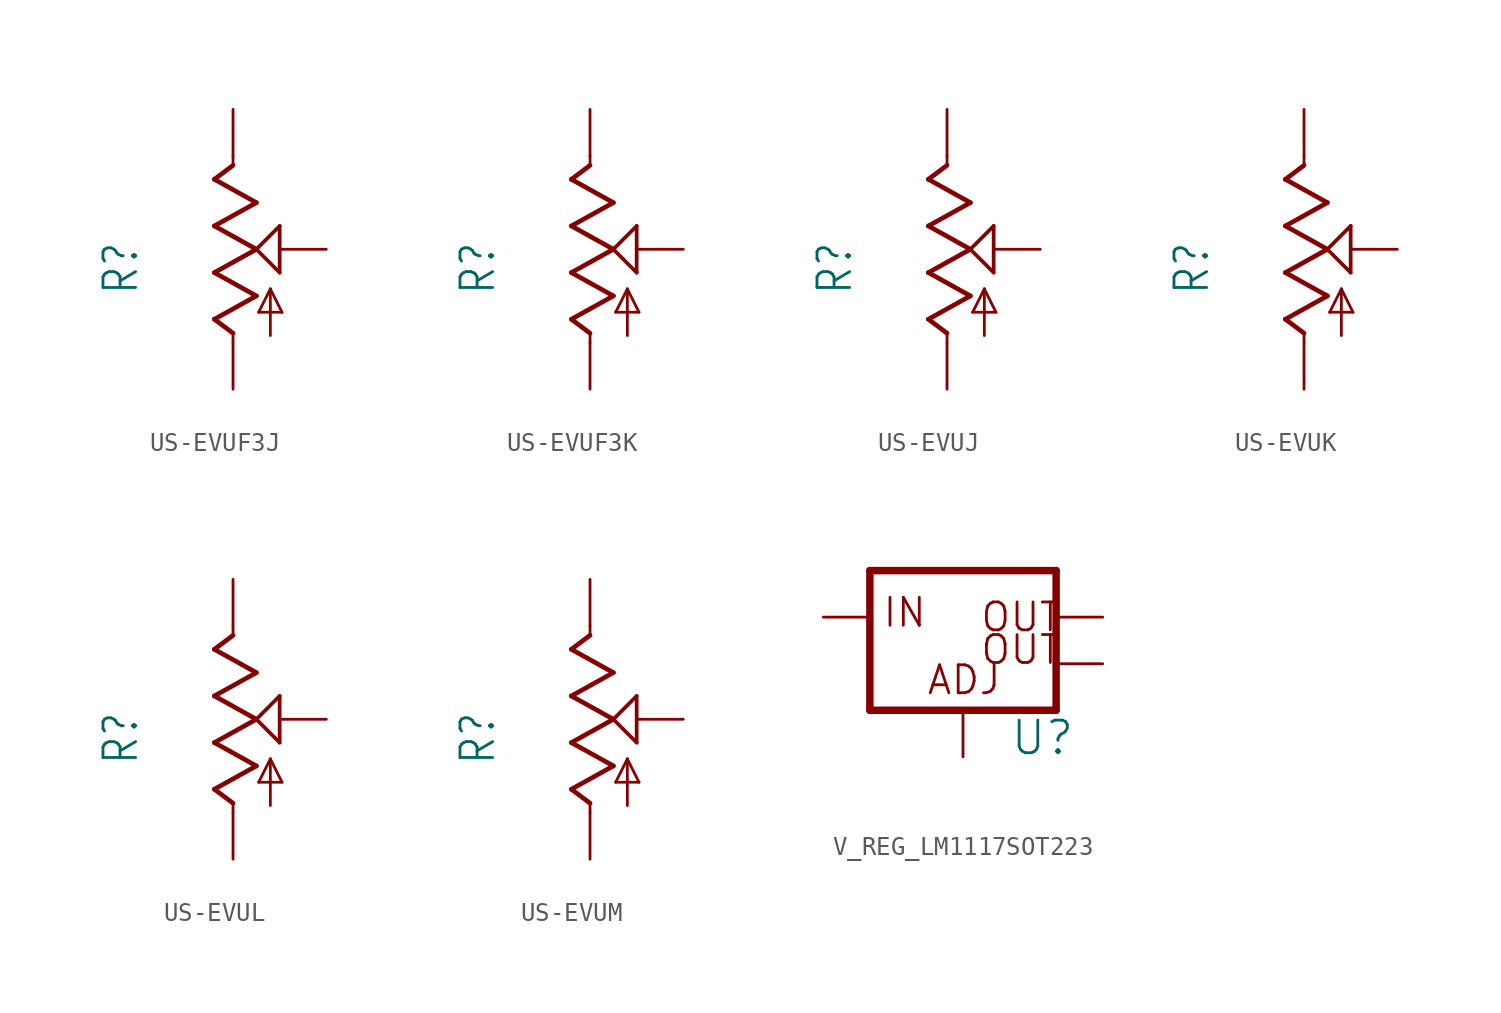
<source format=kicad_sym>
(kicad_symbol_lib
  (version 20220914)
  (generator kicad_symbol_editor)
  (symbol "US-EVUF3J"
    (property "Reference" "R"
      (at -5.08 -2.54 90)
      (effects (font (size 1.778 1.511)) (justify left bottom)))
    (property "Value" ""
      (at -2.54 -2.54 90)
      (effects (font (size 1.778 1.511)) (justify left bottom)))
    (property "ki_locked" ""
      (at 0 0 0)
      (effects (font (size 1.27 1.27))))
    (symbol "US-EVUF3J_1_0"
      (polyline (pts (xy -1.016 -3.81) (xy 1.27 -2.54)) (stroke (width 0.254) (type solid)) (fill (type none)))
      (polyline (pts (xy -1.016 -1.27) (xy 1.27 0)) (stroke (width 0.254) (type solid)) (fill (type none)))
      (polyline (pts (xy -1.016 1.27) (xy 1.27 2.54)) (stroke (width 0.254) (type solid)) (fill (type none)))
      (polyline (pts (xy -1.016 3.81) (xy 0 4.572)) (stroke (width 0.254) (type solid)) (fill (type none)))
      (polyline (pts (xy 0 -5.08) (xy 0 -4.572)) (stroke (width 0.152) (type solid)) (fill (type none)))
      (polyline (pts (xy 0 -4.572) (xy -1.016 -3.81)) (stroke (width 0.254) (type solid)) (fill (type none)))
      (polyline (pts (xy 0 4.572) (xy 0 5.08)) (stroke (width 0.152) (type solid)) (fill (type none)))
      (polyline (pts (xy 1.27 -2.54) (xy -1.016 -1.27)) (stroke (width 0.254) (type solid)) (fill (type none)))
      (polyline (pts (xy 1.27 0) (xy -1.016 1.27)) (stroke (width 0.254) (type solid)) (fill (type none)))
      (polyline (pts (xy 1.27 0) (xy 2.54 1.27)) (stroke (width 0.203) (type solid)) (fill (type none)))
      (polyline (pts (xy 1.27 2.54) (xy -1.016 3.81)) (stroke (width 0.254) (type solid)) (fill (type none)))
      (polyline (pts (xy 1.397 -3.429) (xy 2.032 -2.159)) (stroke (width 0.152) (type solid)) (fill (type none)))
      (polyline (pts (xy 2.032 -4.699) (xy 2.032 -2.159)) (stroke (width 0.152) (type solid)) (fill (type none)))
      (polyline (pts (xy 2.032 -2.159) (xy 2.667 -3.429)) (stroke (width 0.152) (type solid)) (fill (type none)))
      (polyline (pts (xy 2.54 -1.27) (xy 1.27 0)) (stroke (width 0.203) (type solid)) (fill (type none)))
      (polyline (pts (xy 2.54 1.27) (xy 2.54 -1.27)) (stroke (width 0.203) (type solid)) (fill (type none)))
      (polyline (pts (xy 2.667 -3.429) (xy 1.397 -3.429)) (stroke (width 0.152) (type solid)) (fill (type none)))
      (pin passive line (at 0 -7.62 90) (length 2.54) (name "A" (effects (font (size 0 0)))) (number "1" (effects (font (size 0 0)))))
      (pin passive line (at 5.08 0 180) (length 2.54) (name "S" (effects (font (size 0 0)))) (number "2" (effects (font (size 0 0)))))
      (pin passive line (at 0 7.62 270) (length 2.54) (name "E" (effects (font (size 0 0)))) (number "3" (effects (font (size 0 0)))))))
  (symbol "US-EVUF3K"
    (property "Reference" "R"
      (at -5.08 -2.54 90)
      (effects (font (size 1.778 1.511)) (justify left bottom)))
    (property "Value" ""
      (at -2.54 -2.54 90)
      (effects (font (size 1.778 1.511)) (justify left bottom)))
    (property "ki_locked" ""
      (at 0 0 0)
      (effects (font (size 1.27 1.27))))
    (symbol "US-EVUF3K_1_0"
      (polyline (pts (xy -1.016 -3.81) (xy 1.27 -2.54)) (stroke (width 0.254) (type solid)) (fill (type none)))
      (polyline (pts (xy -1.016 -1.27) (xy 1.27 0)) (stroke (width 0.254) (type solid)) (fill (type none)))
      (polyline (pts (xy -1.016 1.27) (xy 1.27 2.54)) (stroke (width 0.254) (type solid)) (fill (type none)))
      (polyline (pts (xy -1.016 3.81) (xy 0 4.572)) (stroke (width 0.254) (type solid)) (fill (type none)))
      (polyline (pts (xy 0 -5.08) (xy 0 -4.572)) (stroke (width 0.152) (type solid)) (fill (type none)))
      (polyline (pts (xy 0 -4.572) (xy -1.016 -3.81)) (stroke (width 0.254) (type solid)) (fill (type none)))
      (polyline (pts (xy 0 4.572) (xy 0 5.08)) (stroke (width 0.152) (type solid)) (fill (type none)))
      (polyline (pts (xy 1.27 -2.54) (xy -1.016 -1.27)) (stroke (width 0.254) (type solid)) (fill (type none)))
      (polyline (pts (xy 1.27 0) (xy -1.016 1.27)) (stroke (width 0.254) (type solid)) (fill (type none)))
      (polyline (pts (xy 1.27 0) (xy 2.54 1.27)) (stroke (width 0.203) (type solid)) (fill (type none)))
      (polyline (pts (xy 1.27 2.54) (xy -1.016 3.81)) (stroke (width 0.254) (type solid)) (fill (type none)))
      (polyline (pts (xy 1.397 -3.429) (xy 2.032 -2.159)) (stroke (width 0.152) (type solid)) (fill (type none)))
      (polyline (pts (xy 2.032 -4.699) (xy 2.032 -2.159)) (stroke (width 0.152) (type solid)) (fill (type none)))
      (polyline (pts (xy 2.032 -2.159) (xy 2.667 -3.429)) (stroke (width 0.152) (type solid)) (fill (type none)))
      (polyline (pts (xy 2.54 -1.27) (xy 1.27 0)) (stroke (width 0.203) (type solid)) (fill (type none)))
      (polyline (pts (xy 2.54 1.27) (xy 2.54 -1.27)) (stroke (width 0.203) (type solid)) (fill (type none)))
      (polyline (pts (xy 2.667 -3.429) (xy 1.397 -3.429)) (stroke (width 0.152) (type solid)) (fill (type none)))
      (pin passive line (at 0 -7.62 90) (length 2.54) (name "A" (effects (font (size 0 0)))) (number "1" (effects (font (size 0 0)))))
      (pin passive line (at 5.08 0 180) (length 2.54) (name "S" (effects (font (size 0 0)))) (number "2" (effects (font (size 0 0)))))
      (pin passive line (at 0 7.62 270) (length 2.54) (name "E" (effects (font (size 0 0)))) (number "3" (effects (font (size 0 0)))))))
  (symbol "US-EVUJ"
    (property "Reference" "R"
      (at -5.08 -2.54 90)
      (effects (font (size 1.778 1.511)) (justify left bottom)))
    (property "Value" ""
      (at -2.54 -2.54 90)
      (effects (font (size 1.778 1.511)) (justify left bottom)))
    (property "ki_locked" ""
      (at 0 0 0)
      (effects (font (size 1.27 1.27))))
    (symbol "US-EVUJ_1_0"
      (polyline (pts (xy -1.016 -3.81) (xy 1.27 -2.54)) (stroke (width 0.254) (type solid)) (fill (type none)))
      (polyline (pts (xy -1.016 -1.27) (xy 1.27 0)) (stroke (width 0.254) (type solid)) (fill (type none)))
      (polyline (pts (xy -1.016 1.27) (xy 1.27 2.54)) (stroke (width 0.254) (type solid)) (fill (type none)))
      (polyline (pts (xy -1.016 3.81) (xy 0 4.572)) (stroke (width 0.254) (type solid)) (fill (type none)))
      (polyline (pts (xy 0 -5.08) (xy 0 -4.572)) (stroke (width 0.152) (type solid)) (fill (type none)))
      (polyline (pts (xy 0 -4.572) (xy -1.016 -3.81)) (stroke (width 0.254) (type solid)) (fill (type none)))
      (polyline (pts (xy 0 4.572) (xy 0 5.08)) (stroke (width 0.152) (type solid)) (fill (type none)))
      (polyline (pts (xy 1.27 -2.54) (xy -1.016 -1.27)) (stroke (width 0.254) (type solid)) (fill (type none)))
      (polyline (pts (xy 1.27 0) (xy -1.016 1.27)) (stroke (width 0.254) (type solid)) (fill (type none)))
      (polyline (pts (xy 1.27 0) (xy 2.54 1.27)) (stroke (width 0.203) (type solid)) (fill (type none)))
      (polyline (pts (xy 1.27 2.54) (xy -1.016 3.81)) (stroke (width 0.254) (type solid)) (fill (type none)))
      (polyline (pts (xy 1.397 -3.429) (xy 2.032 -2.159)) (stroke (width 0.152) (type solid)) (fill (type none)))
      (polyline (pts (xy 2.032 -4.699) (xy 2.032 -2.159)) (stroke (width 0.152) (type solid)) (fill (type none)))
      (polyline (pts (xy 2.032 -2.159) (xy 2.667 -3.429)) (stroke (width 0.152) (type solid)) (fill (type none)))
      (polyline (pts (xy 2.54 -1.27) (xy 1.27 0)) (stroke (width 0.203) (type solid)) (fill (type none)))
      (polyline (pts (xy 2.54 1.27) (xy 2.54 -1.27)) (stroke (width 0.203) (type solid)) (fill (type none)))
      (polyline (pts (xy 2.667 -3.429) (xy 1.397 -3.429)) (stroke (width 0.152) (type solid)) (fill (type none)))
      (pin passive line (at 0 -7.62 90) (length 2.54) (name "A" (effects (font (size 0 0)))) (number "1" (effects (font (size 0 0)))))
      (pin passive line (at 5.08 0 180) (length 2.54) (name "S" (effects (font (size 0 0)))) (number "2" (effects (font (size 0 0)))))
      (pin passive line (at 0 7.62 270) (length 2.54) (name "E" (effects (font (size 0 0)))) (number "3" (effects (font (size 0 0)))))))
  (symbol "US-EVUK"
    (property "Reference" "R"
      (at -5.08 -2.54 90)
      (effects (font (size 1.778 1.511)) (justify left bottom)))
    (property "Value" ""
      (at -2.54 -2.54 90)
      (effects (font (size 1.778 1.511)) (justify left bottom)))
    (property "ki_locked" ""
      (at 0 0 0)
      (effects (font (size 1.27 1.27))))
    (symbol "US-EVUK_1_0"
      (polyline (pts (xy -1.016 -3.81) (xy 1.27 -2.54)) (stroke (width 0.254) (type solid)) (fill (type none)))
      (polyline (pts (xy -1.016 -1.27) (xy 1.27 0)) (stroke (width 0.254) (type solid)) (fill (type none)))
      (polyline (pts (xy -1.016 1.27) (xy 1.27 2.54)) (stroke (width 0.254) (type solid)) (fill (type none)))
      (polyline (pts (xy -1.016 3.81) (xy 0 4.572)) (stroke (width 0.254) (type solid)) (fill (type none)))
      (polyline (pts (xy 0 -5.08) (xy 0 -4.572)) (stroke (width 0.152) (type solid)) (fill (type none)))
      (polyline (pts (xy 0 -4.572) (xy -1.016 -3.81)) (stroke (width 0.254) (type solid)) (fill (type none)))
      (polyline (pts (xy 0 4.572) (xy 0 5.08)) (stroke (width 0.152) (type solid)) (fill (type none)))
      (polyline (pts (xy 1.27 -2.54) (xy -1.016 -1.27)) (stroke (width 0.254) (type solid)) (fill (type none)))
      (polyline (pts (xy 1.27 0) (xy -1.016 1.27)) (stroke (width 0.254) (type solid)) (fill (type none)))
      (polyline (pts (xy 1.27 0) (xy 2.54 1.27)) (stroke (width 0.203) (type solid)) (fill (type none)))
      (polyline (pts (xy 1.27 2.54) (xy -1.016 3.81)) (stroke (width 0.254) (type solid)) (fill (type none)))
      (polyline (pts (xy 1.397 -3.429) (xy 2.032 -2.159)) (stroke (width 0.152) (type solid)) (fill (type none)))
      (polyline (pts (xy 2.032 -4.699) (xy 2.032 -2.159)) (stroke (width 0.152) (type solid)) (fill (type none)))
      (polyline (pts (xy 2.032 -2.159) (xy 2.667 -3.429)) (stroke (width 0.152) (type solid)) (fill (type none)))
      (polyline (pts (xy 2.54 -1.27) (xy 1.27 0)) (stroke (width 0.203) (type solid)) (fill (type none)))
      (polyline (pts (xy 2.54 1.27) (xy 2.54 -1.27)) (stroke (width 0.203) (type solid)) (fill (type none)))
      (polyline (pts (xy 2.667 -3.429) (xy 1.397 -3.429)) (stroke (width 0.152) (type solid)) (fill (type none)))
      (pin passive line (at 0 -7.62 90) (length 2.54) (name "A" (effects (font (size 0 0)))) (number "1" (effects (font (size 0 0)))))
      (pin passive line (at 5.08 0 180) (length 2.54) (name "S" (effects (font (size 0 0)))) (number "2" (effects (font (size 0 0)))))
      (pin passive line (at 0 7.62 270) (length 2.54) (name "E" (effects (font (size 0 0)))) (number "3" (effects (font (size 0 0)))))))
  (symbol "US-EVUL"
    (property "Reference" "R"
      (at -5.08 -2.54 90)
      (effects (font (size 1.778 1.511)) (justify left bottom)))
    (property "Value" ""
      (at -2.54 -2.54 90)
      (effects (font (size 1.778 1.511)) (justify left bottom)))
    (property "ki_locked" ""
      (at 0 0 0)
      (effects (font (size 1.27 1.27))))
    (symbol "US-EVUL_1_0"
      (polyline (pts (xy -1.016 -3.81) (xy 1.27 -2.54)) (stroke (width 0.254) (type solid)) (fill (type none)))
      (polyline (pts (xy -1.016 -1.27) (xy 1.27 0)) (stroke (width 0.254) (type solid)) (fill (type none)))
      (polyline (pts (xy -1.016 1.27) (xy 1.27 2.54)) (stroke (width 0.254) (type solid)) (fill (type none)))
      (polyline (pts (xy -1.016 3.81) (xy 0 4.572)) (stroke (width 0.254) (type solid)) (fill (type none)))
      (polyline (pts (xy 0 -5.08) (xy 0 -4.572)) (stroke (width 0.152) (type solid)) (fill (type none)))
      (polyline (pts (xy 0 -4.572) (xy -1.016 -3.81)) (stroke (width 0.254) (type solid)) (fill (type none)))
      (polyline (pts (xy 0 4.572) (xy 0 5.08)) (stroke (width 0.152) (type solid)) (fill (type none)))
      (polyline (pts (xy 1.27 -2.54) (xy -1.016 -1.27)) (stroke (width 0.254) (type solid)) (fill (type none)))
      (polyline (pts (xy 1.27 0) (xy -1.016 1.27)) (stroke (width 0.254) (type solid)) (fill (type none)))
      (polyline (pts (xy 1.27 0) (xy 2.54 1.27)) (stroke (width 0.203) (type solid)) (fill (type none)))
      (polyline (pts (xy 1.27 2.54) (xy -1.016 3.81)) (stroke (width 0.254) (type solid)) (fill (type none)))
      (polyline (pts (xy 1.397 -3.429) (xy 2.032 -2.159)) (stroke (width 0.152) (type solid)) (fill (type none)))
      (polyline (pts (xy 2.032 -4.699) (xy 2.032 -2.159)) (stroke (width 0.152) (type solid)) (fill (type none)))
      (polyline (pts (xy 2.032 -2.159) (xy 2.667 -3.429)) (stroke (width 0.152) (type solid)) (fill (type none)))
      (polyline (pts (xy 2.54 -1.27) (xy 1.27 0)) (stroke (width 0.203) (type solid)) (fill (type none)))
      (polyline (pts (xy 2.54 1.27) (xy 2.54 -1.27)) (stroke (width 0.203) (type solid)) (fill (type none)))
      (polyline (pts (xy 2.667 -3.429) (xy 1.397 -3.429)) (stroke (width 0.152) (type solid)) (fill (type none)))
      (pin passive line (at 0 -7.62 90) (length 2.54) (name "A" (effects (font (size 0 0)))) (number "1" (effects (font (size 0 0)))))
      (pin passive line (at 5.08 0 180) (length 2.54) (name "S" (effects (font (size 0 0)))) (number "2" (effects (font (size 0 0)))))
      (pin passive line (at 0 7.62 270) (length 2.54) (name "E" (effects (font (size 0 0)))) (number "3" (effects (font (size 0 0)))))))
  (symbol "US-EVUM"
    (property "Reference" "R"
      (at -5.08 -2.54 90)
      (effects (font (size 1.778 1.511)) (justify left bottom)))
    (property "Value" ""
      (at -2.54 -2.54 90)
      (effects (font (size 1.778 1.511)) (justify left bottom)))
    (property "ki_locked" ""
      (at 0 0 0)
      (effects (font (size 1.27 1.27))))
    (symbol "US-EVUM_1_0"
      (polyline (pts (xy -1.016 -3.81) (xy 1.27 -2.54)) (stroke (width 0.254) (type solid)) (fill (type none)))
      (polyline (pts (xy -1.016 -1.27) (xy 1.27 0)) (stroke (width 0.254) (type solid)) (fill (type none)))
      (polyline (pts (xy -1.016 1.27) (xy 1.27 2.54)) (stroke (width 0.254) (type solid)) (fill (type none)))
      (polyline (pts (xy -1.016 3.81) (xy 0 4.572)) (stroke (width 0.254) (type solid)) (fill (type none)))
      (polyline (pts (xy 0 -5.08) (xy 0 -4.572)) (stroke (width 0.152) (type solid)) (fill (type none)))
      (polyline (pts (xy 0 -4.572) (xy -1.016 -3.81)) (stroke (width 0.254) (type solid)) (fill (type none)))
      (polyline (pts (xy 0 4.572) (xy 0 5.08)) (stroke (width 0.152) (type solid)) (fill (type none)))
      (polyline (pts (xy 1.27 -2.54) (xy -1.016 -1.27)) (stroke (width 0.254) (type solid)) (fill (type none)))
      (polyline (pts (xy 1.27 0) (xy -1.016 1.27)) (stroke (width 0.254) (type solid)) (fill (type none)))
      (polyline (pts (xy 1.27 0) (xy 2.54 1.27)) (stroke (width 0.203) (type solid)) (fill (type none)))
      (polyline (pts (xy 1.27 2.54) (xy -1.016 3.81)) (stroke (width 0.254) (type solid)) (fill (type none)))
      (polyline (pts (xy 1.397 -3.429) (xy 2.032 -2.159)) (stroke (width 0.152) (type solid)) (fill (type none)))
      (polyline (pts (xy 2.032 -4.699) (xy 2.032 -2.159)) (stroke (width 0.152) (type solid)) (fill (type none)))
      (polyline (pts (xy 2.032 -2.159) (xy 2.667 -3.429)) (stroke (width 0.152) (type solid)) (fill (type none)))
      (polyline (pts (xy 2.54 -1.27) (xy 1.27 0)) (stroke (width 0.203) (type solid)) (fill (type none)))
      (polyline (pts (xy 2.54 1.27) (xy 2.54 -1.27)) (stroke (width 0.203) (type solid)) (fill (type none)))
      (polyline (pts (xy 2.667 -3.429) (xy 1.397 -3.429)) (stroke (width 0.152) (type solid)) (fill (type none)))
      (pin passive line (at 0 -7.62 90) (length 2.54) (name "A" (effects (font (size 0 0)))) (number "1" (effects (font (size 0 0)))))
      (pin passive line (at 5.08 0 180) (length 2.54) (name "S" (effects (font (size 0 0)))) (number "2" (effects (font (size 0 0)))))
      (pin passive line (at 0 7.62 270) (length 2.54) (name "E" (effects (font (size 0 0)))) (number "3" (effects (font (size 0 0)))))))
  (symbol "V_REG_LM1117SOT223"
    (property "Reference" "U"
      (at 2.54 -7.62 0)
      (effects (font (size 1.778 1.778)) (justify left bottom)))
    (property "Value" ""
      (at 2.54 -10.16 0)
      (effects (font (size 1.778 1.778)) (justify left bottom)))
    (property "ki_locked" ""
      (at 0 0 0)
      (effects (font (size 1.27 1.27))))
    (symbol "V_REG_LM1117SOT223_1_0"
      (polyline (pts (xy -5.08 -5.08) (xy 5.08 -5.08)) (stroke (width 0.406) (type solid)) (fill (type none)))
      (polyline (pts (xy -5.08 2.54) (xy -5.08 -5.08)) (stroke (width 0.406) (type solid)) (fill (type none)))
      (polyline (pts (xy 5.08 -5.08) (xy 5.08 2.54)) (stroke (width 0.406) (type solid)) (fill (type none)))
      (polyline (pts (xy 5.08 2.54) (xy -5.08 2.54)) (stroke (width 0.406) (type solid)) (fill (type none)))
      (text "ADJ" (at -2.032 -4.318 0) (effects (font (size 1.524 1.524)) (justify left bottom)))
      (text "IN" (at -4.445 -0.635 0) (effects (font (size 1.524 1.524)) (justify left bottom)))
      (text "OUT" (at 0.889 -2.667 0) (effects (font (size 1.524 1.524)) (justify left bottom)))
      (text "OUT" (at 0.889 -0.889 0) (effects (font (size 1.524 1.524)) (justify left bottom)))
      (pin input line (at 0 -7.62 90) (length 2.54) (name "ADJ" (effects (font (size 0 0)))) (number "1" (effects (font (size 0 0)))))
      (pin output line (at 7.62 0 180) (length 2.54) (name "OUT" (effects (font (size 0 0)))) (number "2" (effects (font (size 0 0)))))
      (pin input line (at -7.62 0 0) (length 2.54) (name "IN" (effects (font (size 0 0)))) (number "3" (effects (font (size 0 0)))))
      (pin output line (at 7.62 -2.54 180) (length 2.54) (name "OUT@1" (effects (font (size 0 0)))) (number "4" (effects (font (size 0 0))))))))
</source>
